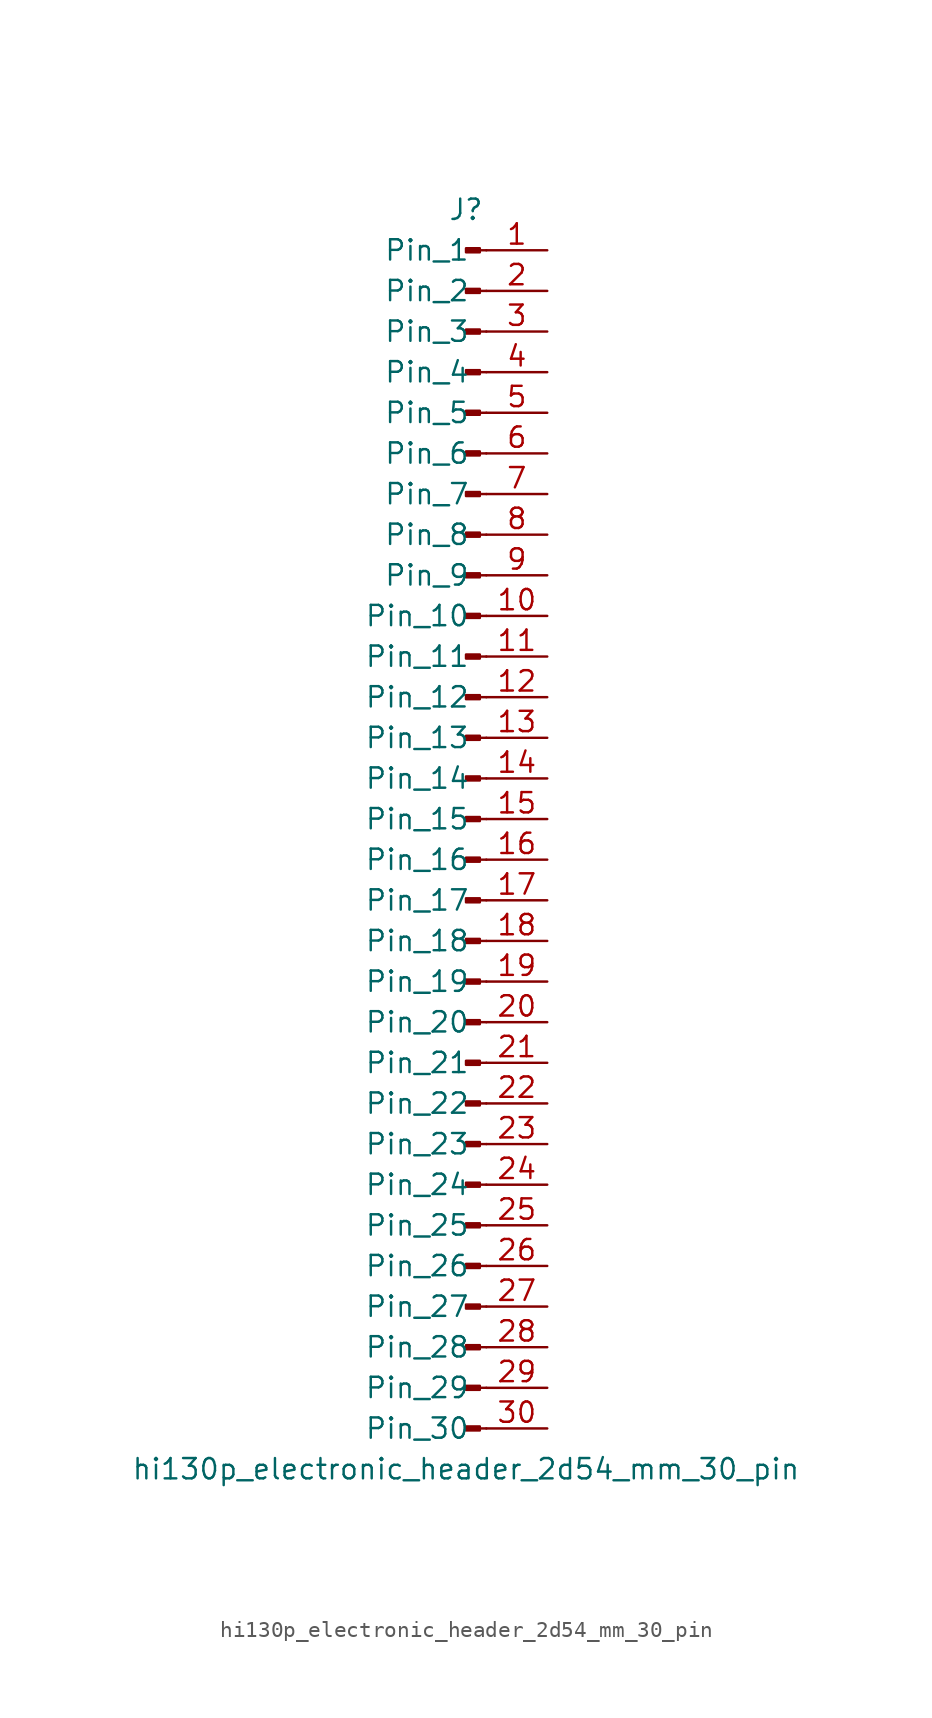
<source format=kicad_sym>
(kicad_symbol_lib
  (version 20220914)
  (generator kicad_symbol_editor)
  (symbol "hi130p_electronic_header_2d54_mm_30_pin"
    (pin_names
      (offset 1.016))
    (property "Reference" "J"
      (at 0 38.1 0)
      (effects (font (size 1.27 1.27))))
    (property "Value" "hi130p_electronic_header_2d54_mm_30_pin"
      (at 0 -40.64 0)
      (effects (font (size 1.27 1.27))))
    (property "ki_locked" ""
      (at 0 0 0)
      (effects (font (size 1.27 1.27))))
    (symbol "hi130p_electronic_header_2d54_mm_30_pin_1_1"
      (polyline (pts (xy 1.27 -38.1) (xy 0.864 -38.1)) (stroke (width 0.152) (type default)) (fill (type none)))
      (polyline (pts (xy 1.27 -35.56) (xy 0.864 -35.56)) (stroke (width 0.152) (type default)) (fill (type none)))
      (polyline (pts (xy 1.27 -33.02) (xy 0.864 -33.02)) (stroke (width 0.152) (type default)) (fill (type none)))
      (polyline (pts (xy 1.27 -30.48) (xy 0.864 -30.48)) (stroke (width 0.152) (type default)) (fill (type none)))
      (polyline (pts (xy 1.27 -27.94) (xy 0.864 -27.94)) (stroke (width 0.152) (type default)) (fill (type none)))
      (polyline (pts (xy 1.27 -25.4) (xy 0.864 -25.4)) (stroke (width 0.152) (type default)) (fill (type none)))
      (polyline (pts (xy 1.27 -22.86) (xy 0.864 -22.86)) (stroke (width 0.152) (type default)) (fill (type none)))
      (polyline (pts (xy 1.27 -20.32) (xy 0.864 -20.32)) (stroke (width 0.152) (type default)) (fill (type none)))
      (polyline (pts (xy 1.27 -17.78) (xy 0.864 -17.78)) (stroke (width 0.152) (type default)) (fill (type none)))
      (polyline (pts (xy 1.27 -15.24) (xy 0.864 -15.24)) (stroke (width 0.152) (type default)) (fill (type none)))
      (polyline (pts (xy 1.27 -12.7) (xy 0.864 -12.7)) (stroke (width 0.152) (type default)) (fill (type none)))
      (polyline (pts (xy 1.27 -10.16) (xy 0.864 -10.16)) (stroke (width 0.152) (type default)) (fill (type none)))
      (polyline (pts (xy 1.27 -7.62) (xy 0.864 -7.62)) (stroke (width 0.152) (type default)) (fill (type none)))
      (polyline (pts (xy 1.27 -5.08) (xy 0.864 -5.08)) (stroke (width 0.152) (type default)) (fill (type none)))
      (polyline (pts (xy 1.27 -2.54) (xy 0.864 -2.54)) (stroke (width 0.152) (type default)) (fill (type none)))
      (polyline (pts (xy 1.27 0) (xy 0.864 0)) (stroke (width 0.152) (type default)) (fill (type none)))
      (polyline (pts (xy 1.27 2.54) (xy 0.864 2.54)) (stroke (width 0.152) (type default)) (fill (type none)))
      (polyline (pts (xy 1.27 5.08) (xy 0.864 5.08)) (stroke (width 0.152) (type default)) (fill (type none)))
      (polyline (pts (xy 1.27 7.62) (xy 0.864 7.62)) (stroke (width 0.152) (type default)) (fill (type none)))
      (polyline (pts (xy 1.27 10.16) (xy 0.864 10.16)) (stroke (width 0.152) (type default)) (fill (type none)))
      (polyline (pts (xy 1.27 12.7) (xy 0.864 12.7)) (stroke (width 0.152) (type default)) (fill (type none)))
      (polyline (pts (xy 1.27 15.24) (xy 0.864 15.24)) (stroke (width 0.152) (type default)) (fill (type none)))
      (polyline (pts (xy 1.27 17.78) (xy 0.864 17.78)) (stroke (width 0.152) (type default)) (fill (type none)))
      (polyline (pts (xy 1.27 20.32) (xy 0.864 20.32)) (stroke (width 0.152) (type default)) (fill (type none)))
      (polyline (pts (xy 1.27 22.86) (xy 0.864 22.86)) (stroke (width 0.152) (type default)) (fill (type none)))
      (polyline (pts (xy 1.27 25.4) (xy 0.864 25.4)) (stroke (width 0.152) (type default)) (fill (type none)))
      (polyline (pts (xy 1.27 27.94) (xy 0.864 27.94)) (stroke (width 0.152) (type default)) (fill (type none)))
      (polyline (pts (xy 1.27 30.48) (xy 0.864 30.48)) (stroke (width 0.152) (type default)) (fill (type none)))
      (polyline (pts (xy 1.27 33.02) (xy 0.864 33.02)) (stroke (width 0.152) (type default)) (fill (type none)))
      (polyline (pts (xy 1.27 35.56) (xy 0.864 35.56)) (stroke (width 0.152) (type default)) (fill (type none)))
      (rectangle (start 0.864 -37.973) (end 0 -38.227) (stroke (width 0.152) (type default)) (fill (type outline)))
      (rectangle (start 0.864 -35.433) (end 0 -35.687) (stroke (width 0.152) (type default)) (fill (type outline)))
      (rectangle (start 0.864 -32.893) (end 0 -33.147) (stroke (width 0.152) (type default)) (fill (type outline)))
      (rectangle (start 0.864 -30.353) (end 0 -30.607) (stroke (width 0.152) (type default)) (fill (type outline)))
      (rectangle (start 0.864 -27.813) (end 0 -28.067) (stroke (width 0.152) (type default)) (fill (type outline)))
      (rectangle (start 0.864 -25.273) (end 0 -25.527) (stroke (width 0.152) (type default)) (fill (type outline)))
      (rectangle (start 0.864 -22.733) (end 0 -22.987) (stroke (width 0.152) (type default)) (fill (type outline)))
      (rectangle (start 0.864 -20.193) (end 0 -20.447) (stroke (width 0.152) (type default)) (fill (type outline)))
      (rectangle (start 0.864 -17.653) (end 0 -17.907) (stroke (width 0.152) (type default)) (fill (type outline)))
      (rectangle (start 0.864 -15.113) (end 0 -15.367) (stroke (width 0.152) (type default)) (fill (type outline)))
      (rectangle (start 0.864 -12.573) (end 0 -12.827) (stroke (width 0.152) (type default)) (fill (type outline)))
      (rectangle (start 0.864 -10.033) (end 0 -10.287) (stroke (width 0.152) (type default)) (fill (type outline)))
      (rectangle (start 0.864 -7.493) (end 0 -7.747) (stroke (width 0.152) (type default)) (fill (type outline)))
      (rectangle (start 0.864 -4.953) (end 0 -5.207) (stroke (width 0.152) (type default)) (fill (type outline)))
      (rectangle (start 0.864 -2.413) (end 0 -2.667) (stroke (width 0.152) (type default)) (fill (type outline)))
      (rectangle (start 0.864 0.127) (end 0 -0.127) (stroke (width 0.152) (type default)) (fill (type outline)))
      (rectangle (start 0.864 2.667) (end 0 2.413) (stroke (width 0.152) (type default)) (fill (type outline)))
      (rectangle (start 0.864 5.207) (end 0 4.953) (stroke (width 0.152) (type default)) (fill (type outline)))
      (rectangle (start 0.864 7.747) (end 0 7.493) (stroke (width 0.152) (type default)) (fill (type outline)))
      (rectangle (start 0.864 10.287) (end 0 10.033) (stroke (width 0.152) (type default)) (fill (type outline)))
      (rectangle (start 0.864 12.827) (end 0 12.573) (stroke (width 0.152) (type default)) (fill (type outline)))
      (rectangle (start 0.864 15.367) (end 0 15.113) (stroke (width 0.152) (type default)) (fill (type outline)))
      (rectangle (start 0.864 17.907) (end 0 17.653) (stroke (width 0.152) (type default)) (fill (type outline)))
      (rectangle (start 0.864 20.447) (end 0 20.193) (stroke (width 0.152) (type default)) (fill (type outline)))
      (rectangle (start 0.864 22.987) (end 0 22.733) (stroke (width 0.152) (type default)) (fill (type outline)))
      (rectangle (start 0.864 25.527) (end 0 25.273) (stroke (width 0.152) (type default)) (fill (type outline)))
      (rectangle (start 0.864 28.067) (end 0 27.813) (stroke (width 0.152) (type default)) (fill (type outline)))
      (rectangle (start 0.864 30.607) (end 0 30.353) (stroke (width 0.152) (type default)) (fill (type outline)))
      (rectangle (start 0.864 33.147) (end 0 32.893) (stroke (width 0.152) (type default)) (fill (type outline)))
      (rectangle (start 0.864 35.687) (end 0 35.433) (stroke (width 0.152) (type default)) (fill (type outline)))
      (pin passive line (at 5.08 35.56 180) (length 3.81) (name "Pin_1" (effects (font (size 1.27 1.27)))) (number "1" (effects (font (size 1.27 1.27)))))
      (pin passive line (at 5.08 12.7 180) (length 3.81) (name "Pin_10" (effects (font (size 1.27 1.27)))) (number "10" (effects (font (size 1.27 1.27)))))
      (pin passive line (at 5.08 10.16 180) (length 3.81) (name "Pin_11" (effects (font (size 1.27 1.27)))) (number "11" (effects (font (size 1.27 1.27)))))
      (pin passive line (at 5.08 7.62 180) (length 3.81) (name "Pin_12" (effects (font (size 1.27 1.27)))) (number "12" (effects (font (size 1.27 1.27)))))
      (pin passive line (at 5.08 5.08 180) (length 3.81) (name "Pin_13" (effects (font (size 1.27 1.27)))) (number "13" (effects (font (size 1.27 1.27)))))
      (pin passive line (at 5.08 2.54 180) (length 3.81) (name "Pin_14" (effects (font (size 1.27 1.27)))) (number "14" (effects (font (size 1.27 1.27)))))
      (pin passive line (at 5.08 0 180) (length 3.81) (name "Pin_15" (effects (font (size 1.27 1.27)))) (number "15" (effects (font (size 1.27 1.27)))))
      (pin passive line (at 5.08 -2.54 180) (length 3.81) (name "Pin_16" (effects (font (size 1.27 1.27)))) (number "16" (effects (font (size 1.27 1.27)))))
      (pin passive line (at 5.08 -5.08 180) (length 3.81) (name "Pin_17" (effects (font (size 1.27 1.27)))) (number "17" (effects (font (size 1.27 1.27)))))
      (pin passive line (at 5.08 -7.62 180) (length 3.81) (name "Pin_18" (effects (font (size 1.27 1.27)))) (number "18" (effects (font (size 1.27 1.27)))))
      (pin passive line (at 5.08 -10.16 180) (length 3.81) (name "Pin_19" (effects (font (size 1.27 1.27)))) (number "19" (effects (font (size 1.27 1.27)))))
      (pin passive line (at 5.08 33.02 180) (length 3.81) (name "Pin_2" (effects (font (size 1.27 1.27)))) (number "2" (effects (font (size 1.27 1.27)))))
      (pin passive line (at 5.08 -12.7 180) (length 3.81) (name "Pin_20" (effects (font (size 1.27 1.27)))) (number "20" (effects (font (size 1.27 1.27)))))
      (pin passive line (at 5.08 -15.24 180) (length 3.81) (name "Pin_21" (effects (font (size 1.27 1.27)))) (number "21" (effects (font (size 1.27 1.27)))))
      (pin passive line (at 5.08 -17.78 180) (length 3.81) (name "Pin_22" (effects (font (size 1.27 1.27)))) (number "22" (effects (font (size 1.27 1.27)))))
      (pin passive line (at 5.08 -20.32 180) (length 3.81) (name "Pin_23" (effects (font (size 1.27 1.27)))) (number "23" (effects (font (size 1.27 1.27)))))
      (pin passive line (at 5.08 -22.86 180) (length 3.81) (name "Pin_24" (effects (font (size 1.27 1.27)))) (number "24" (effects (font (size 1.27 1.27)))))
      (pin passive line (at 5.08 -25.4 180) (length 3.81) (name "Pin_25" (effects (font (size 1.27 1.27)))) (number "25" (effects (font (size 1.27 1.27)))))
      (pin passive line (at 5.08 -27.94 180) (length 3.81) (name "Pin_26" (effects (font (size 1.27 1.27)))) (number "26" (effects (font (size 1.27 1.27)))))
      (pin passive line (at 5.08 -30.48 180) (length 3.81) (name "Pin_27" (effects (font (size 1.27 1.27)))) (number "27" (effects (font (size 1.27 1.27)))))
      (pin passive line (at 5.08 -33.02 180) (length 3.81) (name "Pin_28" (effects (font (size 1.27 1.27)))) (number "28" (effects (font (size 1.27 1.27)))))
      (pin passive line (at 5.08 -35.56 180) (length 3.81) (name "Pin_29" (effects (font (size 1.27 1.27)))) (number "29" (effects (font (size 1.27 1.27)))))
      (pin passive line (at 5.08 30.48 180) (length 3.81) (name "Pin_3" (effects (font (size 1.27 1.27)))) (number "3" (effects (font (size 1.27 1.27)))))
      (pin passive line (at 5.08 -38.1 180) (length 3.81) (name "Pin_30" (effects (font (size 1.27 1.27)))) (number "30" (effects (font (size 1.27 1.27)))))
      (pin passive line (at 5.08 27.94 180) (length 3.81) (name "Pin_4" (effects (font (size 1.27 1.27)))) (number "4" (effects (font (size 1.27 1.27)))))
      (pin passive line (at 5.08 25.4 180) (length 3.81) (name "Pin_5" (effects (font (size 1.27 1.27)))) (number "5" (effects (font (size 1.27 1.27)))))
      (pin passive line (at 5.08 22.86 180) (length 3.81) (name "Pin_6" (effects (font (size 1.27 1.27)))) (number "6" (effects (font (size 1.27 1.27)))))
      (pin passive line (at 5.08 20.32 180) (length 3.81) (name "Pin_7" (effects (font (size 1.27 1.27)))) (number "7" (effects (font (size 1.27 1.27)))))
      (pin passive line (at 5.08 17.78 180) (length 3.81) (name "Pin_8" (effects (font (size 1.27 1.27)))) (number "8" (effects (font (size 1.27 1.27)))))
      (pin passive line (at 5.08 15.24 180) (length 3.81) (name "Pin_9" (effects (font (size 1.27 1.27)))) (number "9" (effects (font (size 1.27 1.27))))))))
</source>
